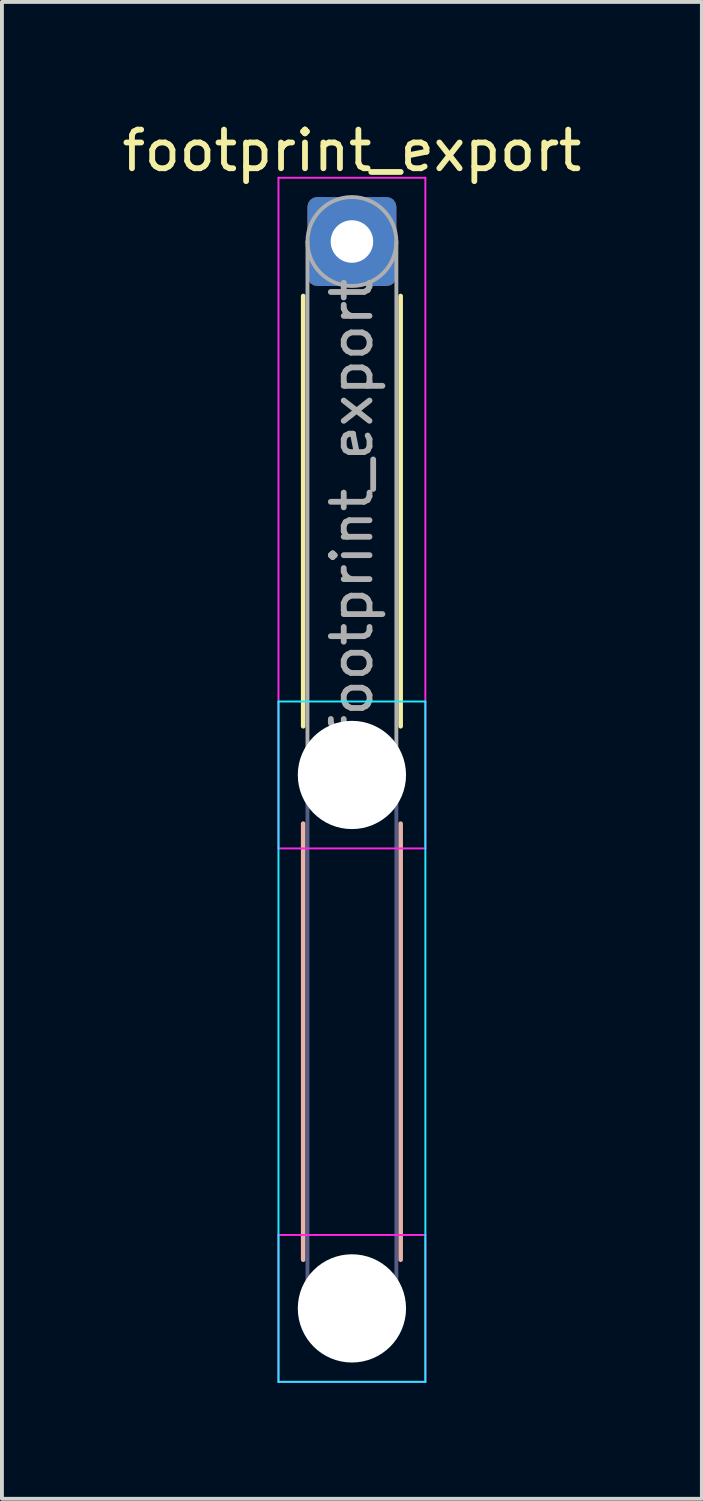
<source format=kicad_pcb>
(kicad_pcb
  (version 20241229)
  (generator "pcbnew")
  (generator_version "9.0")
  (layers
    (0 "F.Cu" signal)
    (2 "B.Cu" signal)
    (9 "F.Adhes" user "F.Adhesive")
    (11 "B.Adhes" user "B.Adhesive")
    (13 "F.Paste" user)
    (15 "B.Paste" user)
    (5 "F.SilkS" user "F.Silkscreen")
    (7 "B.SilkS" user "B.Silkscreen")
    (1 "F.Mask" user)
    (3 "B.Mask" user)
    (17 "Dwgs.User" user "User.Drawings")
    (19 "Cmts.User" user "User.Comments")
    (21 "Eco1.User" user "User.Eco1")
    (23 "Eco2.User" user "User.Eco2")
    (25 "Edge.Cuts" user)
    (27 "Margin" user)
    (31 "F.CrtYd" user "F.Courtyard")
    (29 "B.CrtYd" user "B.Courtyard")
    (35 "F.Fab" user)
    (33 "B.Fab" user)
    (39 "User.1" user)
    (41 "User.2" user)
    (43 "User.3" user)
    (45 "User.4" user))
  (footprint "footprint_export"
    (layer "F.Cu")
    (at 6.054 3.198)
    (property "Reference" "footprint_export" (at 0 -2.35 0) (layer "F.SilkS") (effects (font (size 1 1) (thickness 0.15))))
    (attr exclude_from_pos_files exclude_from_bom)
    (fp_line (start -1.26 1.41) (end -1.26 12.54) (stroke (width 0.12) (type solid)) (layer "F.SilkS"))
    (fp_line (start 1.26 1.41) (end 1.26 12.54) (stroke (width 0.12) (type solid)) (layer "F.SilkS"))
    (fp_line (start -1.26 15.06) (end -1.26 26.34) (stroke (width 0.12) (type solid)) (layer "B.SilkS"))
    (fp_line (start 1.26 15.06) (end 1.26 26.34) (stroke (width 0.12) (type solid)) (layer "B.SilkS"))
    (fp_line (start -1.9 11.9) (end -1.9 29.5) (stroke (width 0.05) (type solid)) (layer "B.CrtYd"))
    (fp_line (start -1.9 29.5) (end 1.9 29.5) (stroke (width 0.05) (type solid)) (layer "B.CrtYd"))
    (fp_line (start 1.9 11.9) (end -1.9 11.9) (stroke (width 0.05) (type solid)) (layer "B.CrtYd"))
    (fp_line (start 1.9 29.5) (end 1.9 11.9) (stroke (width 0.05) (type solid)) (layer "B.CrtYd"))
    (fp_line (start -1.9 -1.65) (end -1.9 15.7) (stroke (width 0.05) (type solid)) (layer "F.CrtYd"))
    (fp_line (start -1.9 15.7) (end 1.9 15.7) (stroke (width 0.05) (type solid)) (layer "F.CrtYd"))
    (fp_line (start -1.9 25.7) (end -1.9 29.5) (stroke (width 0.05) (type solid)) (layer "F.CrtYd"))
    (fp_line (start -1.9 29.5) (end 1.9 29.5) (stroke (width 0.05) (type solid)) (layer "F.CrtYd"))
    (fp_line (start 1.9 -1.65) (end -1.9 -1.65) (stroke (width 0.05) (type solid)) (layer "F.CrtYd"))
    (fp_line (start 1.9 15.7) (end 1.9 -1.65) (stroke (width 0.05) (type solid)) (layer "F.CrtYd"))
    (fp_line (start 1.9 25.7) (end -1.9 25.7) (stroke (width 0.05) (type solid)) (layer "F.CrtYd"))
    (fp_line (start 1.9 29.5) (end 1.9 25.7) (stroke (width 0.05) (type solid)) (layer "F.CrtYd"))
    (fp_line (start -1.15 13.8) (end -1.15 27.6) (stroke (width 0.1) (type solid)) (layer "B.Fab"))
    (fp_line (start 1.15 13.8) (end 1.15 27.6) (stroke (width 0.1) (type solid)) (layer "B.Fab"))
    (fp_circle (center 0 13.8) (end 1.15 13.8) (stroke (width 0.1) (type solid)) (fill no) (layer "B.Fab"))
    (fp_circle (center 0 27.6) (end 1.15 27.6) (stroke (width 0.1) (type solid)) (fill no) (layer "B.Fab"))
    (fp_line (start -1.15 0) (end -1.15 13.8) (stroke (width 0.1) (type solid)) (layer "F.Fab"))
    (fp_line (start 1.15 0) (end 1.15 13.8) (stroke (width 0.1) (type solid)) (layer "F.Fab"))
    (fp_circle (center 0 0) (end 1.15 0) (stroke (width 0.1) (type solid)) (fill no) (layer "F.Fab"))
    (fp_circle (center 0 13.8) (end 1.15 13.8) (stroke (width 0.1) (type solid)) (fill no) (layer "F.Fab"))
    (fp_circle (center 0 27.6) (end 1.15 27.6) (stroke (width 0.1) (type solid)) (fill no) (layer "F.Fab"))
    (fp_text user "${REFERENCE}" (at 0 6.9 90) (layer "F.Fab") (effects (font (size 1 1) (thickness 0.15))))
    (pad "" np_thru_hole circle (at 0 13.8) (size 2.8 2.8) (drill 2.8) (layers "*.Cu" "*.Mask"))
    (pad "" np_thru_hole circle (at 0 27.6) (size 2.8 2.8) (drill 2.8) (layers "*.Cu" "*.Mask"))
    (pad "1" thru_hole roundrect (at 0 0) (size 2.3 2.3) (drill 1.1) (layers "*.Cu" "*.Mask") (roundrect_rratio 0.109)))
  (gr_rect
    (start -3 -3)
    (end 15.107 35.723)
    (stroke (width 0.1) (type default))
    (fill no)
    (layer "Edge.Cuts")))
</source>
